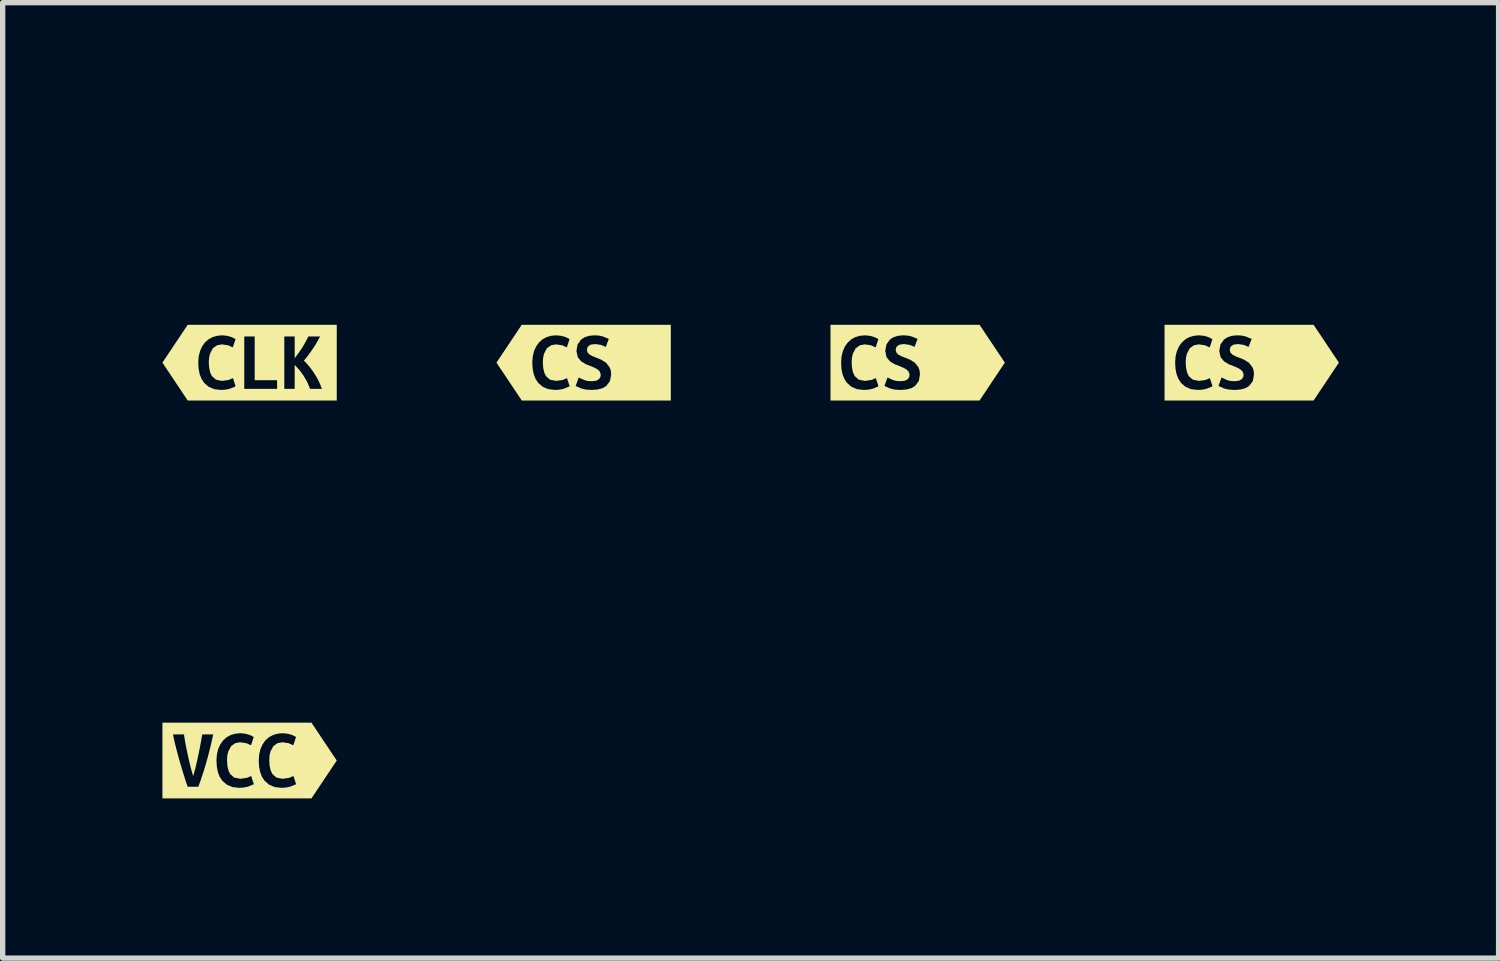
<source format=kicad_pcb>
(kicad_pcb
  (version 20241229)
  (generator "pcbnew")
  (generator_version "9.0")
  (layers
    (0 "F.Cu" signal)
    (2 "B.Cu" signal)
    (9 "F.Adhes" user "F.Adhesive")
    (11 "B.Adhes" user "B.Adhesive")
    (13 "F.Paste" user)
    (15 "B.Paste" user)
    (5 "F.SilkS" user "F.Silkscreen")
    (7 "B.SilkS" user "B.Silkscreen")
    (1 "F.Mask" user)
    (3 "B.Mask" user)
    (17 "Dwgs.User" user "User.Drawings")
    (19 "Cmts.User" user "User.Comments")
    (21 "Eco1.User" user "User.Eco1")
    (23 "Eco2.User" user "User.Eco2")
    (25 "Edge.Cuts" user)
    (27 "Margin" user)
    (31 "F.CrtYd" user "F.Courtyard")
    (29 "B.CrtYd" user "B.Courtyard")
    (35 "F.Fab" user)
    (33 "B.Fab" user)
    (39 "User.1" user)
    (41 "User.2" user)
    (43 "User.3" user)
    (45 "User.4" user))
  (footprint "kibuzzard-6458C09F"
    (layer "F.Cu")
    (at 20.456 3.76)
    (property "Reference" "kibuzzard-6458C09F" (at 0 -3.759 0) (layer "F.SilkS") (effects (font (size 0.001 0.001) (thickness 0.15))))
    (attr board_only exclude_from_pos_files exclude_from_bom)
    (fp_poly (pts (xy -1.438 -0.711) (xy -1.637 -0.711) (xy -1.637 0.711) (xy -1.438 0.711) (xy -1.011 0.711) (xy -1.011 0.513) (xy -1.139 0.498) (xy -1.245 0.453) (xy -1.329 0.379) (xy -1.376 0.306) (xy -1.411 0.218) (xy -1.431 0.116) (xy -1.438 0) (xy -1.43 -0.115) (xy -1.405 -0.217) (xy -1.365 -0.305) (xy -1.312 -0.379) (xy -1.247 -0.437) (xy -1.171 -0.479) (xy -1.085 -0.504) (xy -0.992 -0.513) (xy -0.898 -0.504) (xy -0.824 -0.484) (xy -0.771 -0.46) (xy -0.738 -0.441) (xy -0.789 -0.286) (xy -0.877 -0.326) (xy -0.995 -0.343) (xy -1.085 -0.326) (xy -1.163 -0.271) (xy -1.218 -0.167) (xy -1.234 -0.094) (xy -1.24 -0.005) (xy -1.233 0.099) (xy -1.214 0.185) (xy -1.182 0.253) (xy -1.105 0.32) (xy -0.992 0.343) (xy -0.866 0.325) (xy -0.786 0.291) (xy -0.736 0.445) (xy -0.848 0.491) (xy -0.924 0.507) (xy -1.011 0.513) (xy -1.011 0.711) (xy -0.319 0.711) (xy -0.319 0.513) (xy -0.429 0.506) (xy -0.514 0.487) (xy -0.624 0.438) (xy -0.567 0.279) (xy -0.464 0.327) (xy -0.398 0.344) (xy -0.319 0.349) (xy -0.237 0.339) (xy -0.186 0.31) (xy -0.159 0.269) (xy -0.152 0.222) (xy -0.17 0.168) (xy -0.214 0.126) (xy -0.274 0.093) (xy -0.341 0.065) (xy -0.433 0.029) (xy -0.52 -0.024) (xy -0.584 -0.102) (xy -0.609 -0.219) (xy -0.587 -0.342) (xy -0.52 -0.435) (xy -0.452 -0.478) (xy -0.37 -0.504) (xy -0.273 -0.513) (xy -0.188 -0.508) (xy -0.115 -0.492) (xy -0.001 -0.446) (xy -0.059 -0.295) (xy -0.147 -0.333) (xy -0.259 -0.349) (xy -0.345 -0.337) (xy -0.397 -0.299) (xy -0.414 -0.237) (xy -0.398 -0.187) (xy -0.358 -0.148) (xy -0.302 -0.119) (xy -0.241 -0.095) (xy -0.145 -0.056) (xy -0.053 0.001) (xy 0.016 0.09) (xy 0.036 0.15) (xy 0.043 0.224) (xy 0.021 0.346) (xy -0.047 0.437) (xy -0.117 0.479) (xy -0.208 0.504) (xy -0.319 0.513) (xy -0.319 0.711) (xy 0.964 0.711) (xy 1.162 0.711) (xy 1.637 0) (xy 1.162 -0.711) (xy 0.964 -0.711) (xy -1.438 -0.711)) (stroke (width 0) (type solid)) (fill yes) (layer "F.SilkS")))
  (footprint "kibuzzard-6458C067"
    (layer "F.Cu")
    (at 1.637 11.232)
    (property "Reference" "kibuzzard-6458C067" (at 0 -3.759 0) (layer "F.SilkS") (effects (font (size 0.001 0.001) (thickness 0.15))))
    (attr board_only exclude_from_pos_files exclude_from_bom)
    (fp_poly (pts (xy -1.438 -0.711) (xy -1.637 -0.711) (xy -1.637 0.711) (xy -1.438 0.711) (xy -1.163 0.711) (xy -1.163 0.492) (xy -1.203 0.375) (xy -1.244 0.244) (xy -1.272 0.152) (xy -1.299 0.061) (xy -1.325 -0.031) (xy -1.35 -0.121) (xy -1.373 -0.207) (xy -1.394 -0.291) (xy -1.42 -0.402) (xy -1.438 -0.491) (xy -1.232 -0.491) (xy -1.22 -0.408) (xy -1.203 -0.314) (xy -1.183 -0.211) (xy -1.161 -0.106) (xy -1.137 0.001) (xy -1.112 0.106) (xy -1.086 0.204) (xy -1.06 0.292) (xy -1.035 0.205) (xy -1.009 0.107) (xy -0.985 0.002) (xy -0.962 -0.104) (xy -0.94 -0.21) (xy -0.921 -0.313) (xy -0.903 -0.408) (xy -0.889 -0.491) (xy -0.684 -0.491) (xy -0.705 -0.39) (xy -0.731 -0.278) (xy -0.761 -0.157) (xy -0.794 -0.031) (xy -0.819 0.056) (xy -0.845 0.144) (xy -0.873 0.233) (xy -0.902 0.321) (xy -0.932 0.408) (xy -0.962 0.492) (xy -1.163 0.492) (xy -1.163 0.711) (xy -0.195 0.711) (xy -0.195 0.513) (xy -0.323 0.498) (xy -0.429 0.453) (xy -0.513 0.379) (xy -0.561 0.306) (xy -0.595 0.218) (xy -0.615 0.116) (xy -0.622 0) (xy -0.614 -0.115) (xy -0.589 -0.217) (xy -0.549 -0.305) (xy -0.496 -0.379) (xy -0.431 -0.437) (xy -0.355 -0.479) (xy -0.269 -0.504) (xy -0.176 -0.513) (xy -0.082 -0.504) (xy -0.008 -0.484) (xy 0.045 -0.46) (xy 0.078 -0.441) (xy 0.027 -0.286) (xy -0.061 -0.326) (xy -0.179 -0.343) (xy -0.269 -0.326) (xy -0.347 -0.271) (xy -0.402 -0.167) (xy -0.418 -0.094) (xy -0.424 -0.005) (xy -0.417 0.099) (xy -0.398 0.185) (xy -0.366 0.253) (xy -0.289 0.32) (xy -0.176 0.343) (xy -0.05 0.325) (xy 0.03 0.291) (xy 0.08 0.445) (xy -0.032 0.491) (xy -0.108 0.507) (xy -0.195 0.513) (xy -0.195 0.711) (xy 0.599 0.711) (xy 0.599 0.513) (xy 0.471 0.498) (xy 0.365 0.453) (xy 0.281 0.379) (xy 0.233 0.306) (xy 0.199 0.218) (xy 0.178 0.116) (xy 0.172 0) (xy 0.18 -0.115) (xy 0.205 -0.217) (xy 0.245 -0.305) (xy 0.298 -0.379) (xy 0.363 -0.437) (xy 0.439 -0.479) (xy 0.525 -0.504) (xy 0.618 -0.513) (xy 0.712 -0.504) (xy 0.786 -0.484) (xy 0.839 -0.46) (xy 0.872 -0.441) (xy 0.821 -0.286) (xy 0.733 -0.326) (xy 0.615 -0.343) (xy 0.525 -0.326) (xy 0.447 -0.271) (xy 0.391 -0.167) (xy 0.375 -0.094) (xy 0.37 -0.005) (xy 0.376 0.099) (xy 0.396 0.185) (xy 0.428 0.253) (xy 0.504 0.32) (xy 0.618 0.343) (xy 0.744 0.325) (xy 0.824 0.291) (xy 0.873 0.445) (xy 0.761 0.491) (xy 0.685 0.507) (xy 0.599 0.513) (xy 0.599 0.711) (xy 0.964 0.711) (xy 1.162 0.711) (xy 1.637 0) (xy 1.162 -0.711) (xy 0.964 -0.711) (xy -1.438 -0.711)) (stroke (width 0) (type solid)) (fill yes) (layer "F.SilkS")))
  (footprint "kibuzzard-6458C03B"
    (layer "F.Cu")
    (at 14.183 3.76)
    (property "Reference" "kibuzzard-6458C03B" (at 0 -3.759 0) (layer "F.SilkS") (effects (font (size 0.001 0.001) (thickness 0.15))))
    (attr board_only exclude_from_pos_files exclude_from_bom)
    (fp_poly (pts (xy -1.438 -0.711) (xy -1.637 -0.711) (xy -1.637 0.711) (xy -1.438 0.711) (xy -1.011 0.711) (xy -1.011 0.513) (xy -1.139 0.498) (xy -1.245 0.453) (xy -1.329 0.379) (xy -1.376 0.306) (xy -1.411 0.218) (xy -1.431 0.116) (xy -1.438 0) (xy -1.43 -0.115) (xy -1.405 -0.217) (xy -1.365 -0.305) (xy -1.312 -0.379) (xy -1.247 -0.437) (xy -1.171 -0.479) (xy -1.085 -0.504) (xy -0.992 -0.513) (xy -0.898 -0.504) (xy -0.824 -0.484) (xy -0.771 -0.46) (xy -0.738 -0.441) (xy -0.789 -0.286) (xy -0.877 -0.326) (xy -0.995 -0.343) (xy -1.085 -0.326) (xy -1.163 -0.271) (xy -1.218 -0.167) (xy -1.234 -0.094) (xy -1.24 -0.005) (xy -1.233 0.099) (xy -1.214 0.185) (xy -1.182 0.253) (xy -1.105 0.32) (xy -0.992 0.343) (xy -0.866 0.325) (xy -0.786 0.291) (xy -0.736 0.445) (xy -0.848 0.491) (xy -0.924 0.507) (xy -1.011 0.513) (xy -1.011 0.711) (xy -0.319 0.711) (xy -0.319 0.513) (xy -0.429 0.506) (xy -0.514 0.487) (xy -0.624 0.438) (xy -0.567 0.279) (xy -0.464 0.327) (xy -0.398 0.344) (xy -0.319 0.349) (xy -0.237 0.339) (xy -0.186 0.31) (xy -0.159 0.269) (xy -0.152 0.222) (xy -0.17 0.168) (xy -0.214 0.126) (xy -0.274 0.093) (xy -0.341 0.065) (xy -0.433 0.029) (xy -0.52 -0.024) (xy -0.584 -0.102) (xy -0.609 -0.219) (xy -0.587 -0.342) (xy -0.52 -0.435) (xy -0.452 -0.478) (xy -0.37 -0.504) (xy -0.273 -0.513) (xy -0.188 -0.508) (xy -0.115 -0.492) (xy -0.001 -0.446) (xy -0.059 -0.295) (xy -0.147 -0.333) (xy -0.259 -0.349) (xy -0.345 -0.337) (xy -0.397 -0.299) (xy -0.414 -0.237) (xy -0.398 -0.187) (xy -0.358 -0.148) (xy -0.302 -0.119) (xy -0.241 -0.095) (xy -0.145 -0.056) (xy -0.053 0.001) (xy 0.016 0.09) (xy 0.036 0.15) (xy 0.043 0.224) (xy 0.021 0.346) (xy -0.047 0.437) (xy -0.117 0.479) (xy -0.208 0.504) (xy -0.319 0.513) (xy -0.319 0.711) (xy 0.964 0.711) (xy 1.162 0.711) (xy 1.637 0) (xy 1.162 -0.711) (xy 0.964 -0.711) (xy -1.438 -0.711)) (stroke (width 0) (type solid)) (fill yes) (layer "F.SilkS")))
  (footprint "kibuzzard-6458C1DE"
    (layer "F.Cu")
    (at 1.637 3.76)
    (property "Reference" "kibuzzard-6458C1DE" (at 0 -3.759 0) (layer "F.SilkS") (effects (font (size 0.001 0.001) (thickness 0.15))))
    (attr board_only exclude_from_pos_files exclude_from_bom)
    (fp_poly (pts (xy -0.964 -0.711) (xy -1.162 -0.711) (xy -1.637 0) (xy -1.162 0.711) (xy -0.964 0.711) (xy -0.537 0.711) (xy -0.537 0.513) (xy -0.665 0.498) (xy -0.77 0.453) (xy -0.854 0.379) (xy -0.902 0.306) (xy -0.937 0.218) (xy -0.957 0.116) (xy -0.964 0) (xy -0.956 -0.115) (xy -0.931 -0.217) (xy -0.891 -0.305) (xy -0.838 -0.379) (xy -0.773 -0.437) (xy -0.696 -0.479) (xy -0.611 -0.504) (xy -0.518 -0.513) (xy -0.423 -0.504) (xy -0.35 -0.484) (xy -0.296 -0.46) (xy -0.264 -0.441) (xy -0.315 -0.286) (xy -0.403 -0.326) (xy -0.521 -0.343) (xy -0.611 -0.326) (xy -0.689 -0.271) (xy -0.744 -0.167) (xy -0.76 -0.094) (xy -0.766 -0.005) (xy -0.759 0.099) (xy -0.74 0.185) (xy -0.708 0.253) (xy -0.631 0.32) (xy -0.518 0.343) (xy -0.392 0.325) (xy -0.312 0.291) (xy -0.262 0.445) (xy -0.374 0.491) (xy -0.45 0.507) (xy -0.537 0.513) (xy -0.537 0.711) (xy 0.517 0.711) (xy 0.517 0.492) (xy -0.1 0.492) (xy -0.1 -0.491) (xy 0.096 -0.491) (xy 0.096 0.33) (xy 0.517 0.33) (xy 0.517 0.492) (xy 0.517 0.711) (xy 1.136 0.711) (xy 1.136 0.492) (xy 1.086 0.372) (xy 1.052 0.309) (xy 1.014 0.247) (xy 0.973 0.188) (xy 0.931 0.133) (xy 0.847 0.043) (xy 0.847 0.492) (xy 0.652 0.492) (xy 0.652 -0.491) (xy 0.847 -0.491) (xy 0.847 -0.083) (xy 0.92 -0.181) (xy 0.993 -0.289) (xy 1.055 -0.395) (xy 1.103 -0.491) (xy 1.324 -0.491) (xy 1.27 -0.393) (xy 1.237 -0.337) (xy 1.2 -0.279) (xy 1.159 -0.218) (xy 1.115 -0.157) (xy 1.069 -0.096) (xy 1.02 -0.038) (xy 1.07 0.013) (xy 1.12 0.071) (xy 1.17 0.136) (xy 1.216 0.204) (xy 1.26 0.275) (xy 1.298 0.348) (xy 1.331 0.421) (xy 1.357 0.492) (xy 1.136 0.492) (xy 1.136 0.711) (xy 1.438 0.711) (xy 1.637 0.711) (xy 1.637 -0.711) (xy 1.438 -0.711) (xy -0.964 -0.711)) (stroke (width 0) (type solid)) (fill yes) (layer "F.SilkS")))
  (footprint "kibuzzard-6458C1E6"
    (layer "F.Cu")
    (at 7.91 3.76)
    (property "Reference" "kibuzzard-6458C1E6" (at 0 -3.759 0) (layer "F.SilkS") (effects (font (size 0.001 0.001) (thickness 0.15))))
    (attr board_only exclude_from_pos_files exclude_from_bom)
    (fp_poly (pts (xy -0.964 -0.711) (xy -1.162 -0.711) (xy -1.637 0) (xy -1.162 0.711) (xy -0.964 0.711) (xy -0.537 0.711) (xy -0.537 0.513) (xy -0.665 0.498) (xy -0.77 0.453) (xy -0.854 0.379) (xy -0.902 0.306) (xy -0.937 0.218) (xy -0.957 0.116) (xy -0.964 0) (xy -0.956 -0.115) (xy -0.931 -0.217) (xy -0.891 -0.305) (xy -0.838 -0.379) (xy -0.773 -0.437) (xy -0.696 -0.479) (xy -0.611 -0.504) (xy -0.518 -0.513) (xy -0.423 -0.504) (xy -0.35 -0.484) (xy -0.296 -0.46) (xy -0.264 -0.441) (xy -0.315 -0.286) (xy -0.403 -0.326) (xy -0.521 -0.343) (xy -0.611 -0.326) (xy -0.689 -0.271) (xy -0.744 -0.167) (xy -0.76 -0.094) (xy -0.766 -0.005) (xy -0.759 0.099) (xy -0.74 0.185) (xy -0.708 0.253) (xy -0.631 0.32) (xy -0.518 0.343) (xy -0.392 0.325) (xy -0.312 0.291) (xy -0.262 0.445) (xy -0.374 0.491) (xy -0.45 0.507) (xy -0.537 0.513) (xy -0.537 0.711) (xy 0.155 0.711) (xy 0.155 0.513) (xy 0.045 0.506) (xy -0.04 0.487) (xy -0.15 0.438) (xy -0.092 0.279) (xy 0.01 0.327) (xy 0.076 0.344) (xy 0.155 0.349) (xy 0.237 0.339) (xy 0.289 0.31) (xy 0.315 0.269) (xy 0.322 0.222) (xy 0.304 0.168) (xy 0.26 0.126) (xy 0.2 0.093) (xy 0.133 0.065) (xy 0.041 0.029) (xy -0.046 -0.024) (xy -0.11 -0.102) (xy -0.135 -0.219) (xy -0.113 -0.342) (xy -0.046 -0.435) (xy 0.022 -0.478) (xy 0.104 -0.504) (xy 0.201 -0.513) (xy 0.286 -0.508) (xy 0.359 -0.492) (xy 0.473 -0.446) (xy 0.416 -0.295) (xy 0.327 -0.333) (xy 0.216 -0.349) (xy 0.129 -0.337) (xy 0.077 -0.299) (xy 0.06 -0.237) (xy 0.076 -0.187) (xy 0.116 -0.148) (xy 0.172 -0.119) (xy 0.233 -0.095) (xy 0.329 -0.056) (xy 0.421 0.001) (xy 0.49 0.09) (xy 0.51 0.15) (xy 0.517 0.224) (xy 0.495 0.346) (xy 0.427 0.437) (xy 0.357 0.479) (xy 0.267 0.504) (xy 0.155 0.513) (xy 0.155 0.711) (xy 1.438 0.711) (xy 1.637 0.711) (xy 1.637 -0.711) (xy 1.438 -0.711) (xy -0.964 -0.711)) (stroke (width 0) (type solid)) (fill yes) (layer "F.SilkS")))
  (gr_rect
    (start -3 -3)
    (end 25.092 14.943)
    (stroke (width 0.1) (type default))
    (fill no)
    (layer "Edge.Cuts")))
</source>
